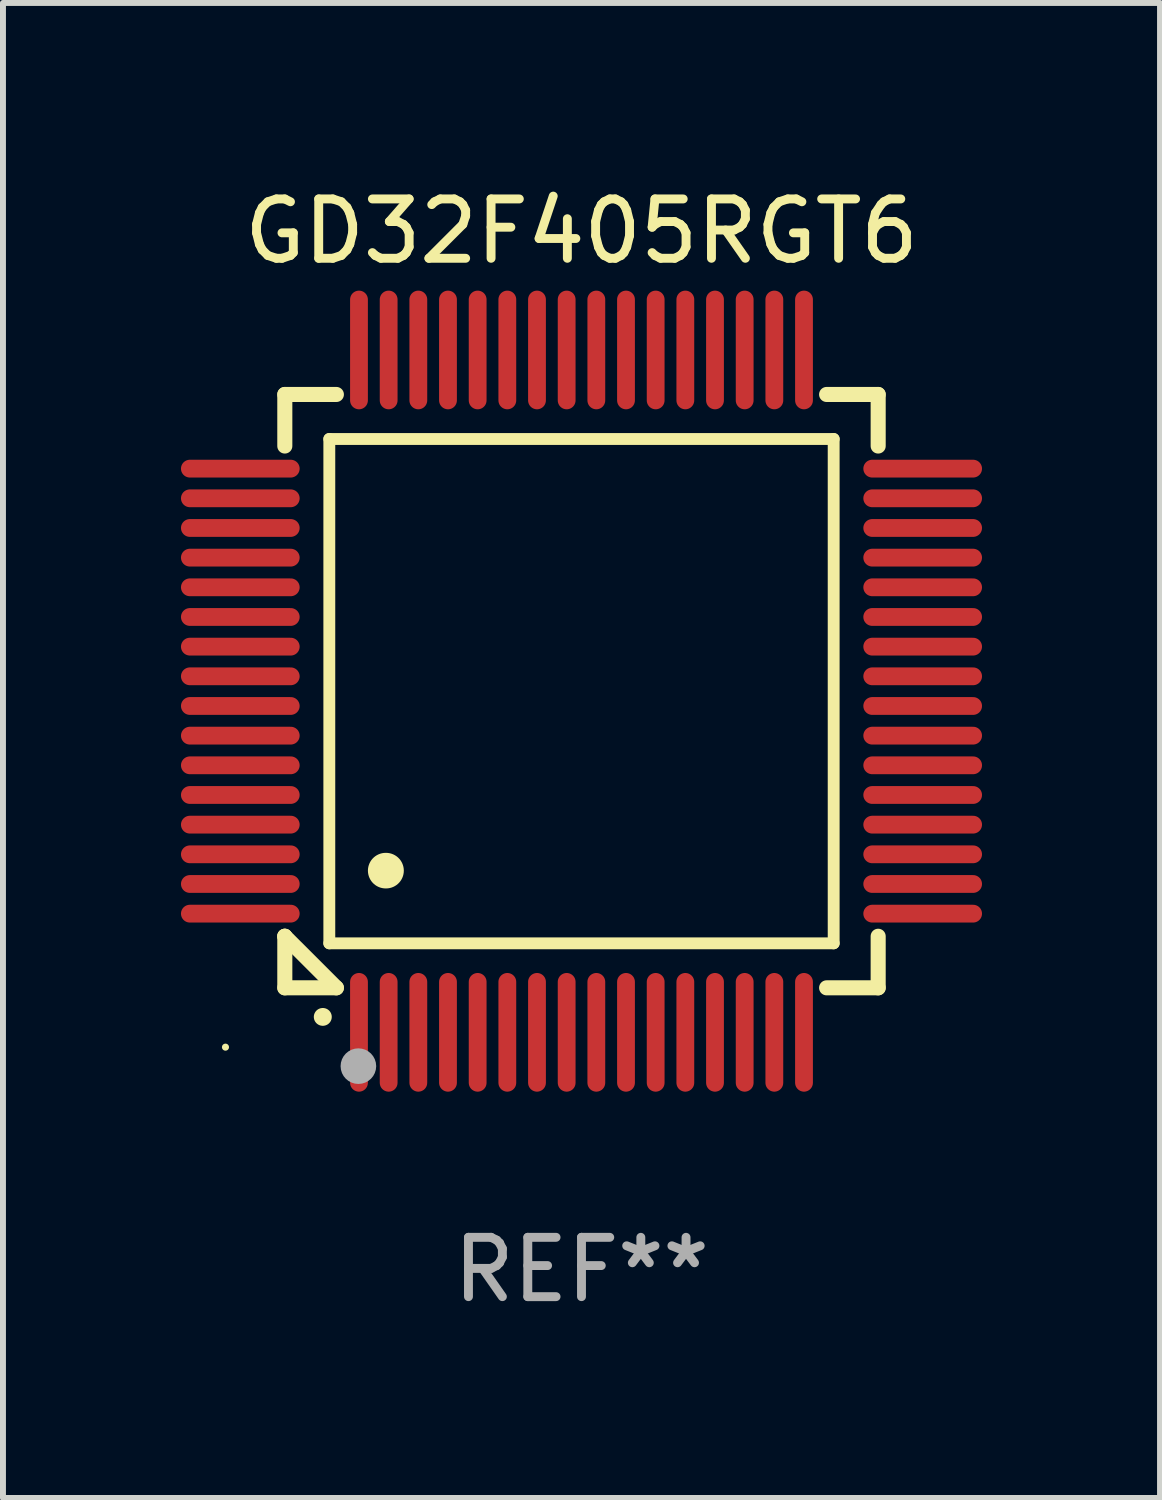
<source format=kicad_pcb>
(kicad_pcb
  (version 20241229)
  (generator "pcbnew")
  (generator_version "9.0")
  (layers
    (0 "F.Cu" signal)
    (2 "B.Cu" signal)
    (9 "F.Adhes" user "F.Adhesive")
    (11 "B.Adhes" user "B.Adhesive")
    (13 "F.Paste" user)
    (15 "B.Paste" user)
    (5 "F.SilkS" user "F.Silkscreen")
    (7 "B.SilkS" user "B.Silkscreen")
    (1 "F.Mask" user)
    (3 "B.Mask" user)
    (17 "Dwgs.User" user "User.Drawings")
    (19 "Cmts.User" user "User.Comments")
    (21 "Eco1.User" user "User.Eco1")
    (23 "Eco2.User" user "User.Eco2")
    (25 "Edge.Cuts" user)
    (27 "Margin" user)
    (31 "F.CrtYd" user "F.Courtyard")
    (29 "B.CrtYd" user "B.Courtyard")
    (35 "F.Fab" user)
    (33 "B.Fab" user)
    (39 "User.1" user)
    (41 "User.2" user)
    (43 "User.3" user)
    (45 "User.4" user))
  (footprint "GD32F405RGT6"
    (layer "F.Cu")
    (at 6.75 8.598)
    (property "Reference" "GD32F405RGT6" (at 0 -7.75 0) (layer "F.SilkS") (effects (font (size 1 1) (thickness 0.15))))
    (attr through_hole)
    (fp_line (start -5 -5) (end -4.131 -5) (stroke (width 0.254) (type solid)) (layer "F.SilkS"))
    (fp_line (start -5 -4.131) (end -5 -5) (stroke (width 0.254) (type solid)) (layer "F.SilkS"))
    (fp_line (start -5 4.131) (end -5 4.131) (stroke (width 0.254) (type solid)) (layer "F.SilkS"))
    (fp_line (start -5 5) (end -5 4.131) (stroke (width 0.254) (type solid)) (layer "F.SilkS"))
    (fp_line (start -5 4.131) (end -4.131 5) (stroke (width 0.254) (type solid)) (layer "F.SilkS"))
    (fp_line (start -4.25 -4.25) (end -4.25 4.25) (stroke (width 0.2) (type solid)) (layer "F.SilkS"))
    (fp_line (start -4.25 4.25) (end 4.25 4.25) (stroke (width 0.2) (type solid)) (layer "F.SilkS"))
    (fp_line (start -4.131 5) (end -5 5) (stroke (width 0.254) (type solid)) (layer "F.SilkS"))
    (fp_line (start 4.25 -4.25) (end -4.25 -4.25) (stroke (width 0.2) (type solid)) (layer "F.SilkS"))
    (fp_line (start 4.25 4.25) (end 4.25 -4.25) (stroke (width 0.2) (type solid)) (layer "F.SilkS"))
    (fp_line (start 5 -5) (end 4.131 -5) (stroke (width 0.254) (type solid)) (layer "F.SilkS"))
    (fp_line (start 5 -5) (end 5 -4.131) (stroke (width 0.254) (type solid)) (layer "F.SilkS"))
    (fp_line (start 5 4.131) (end 5 5) (stroke (width 0.254) (type solid)) (layer "F.SilkS"))
    (fp_line (start 5 5) (end 4.131 5) (stroke (width 0.254) (type solid)) (layer "F.SilkS"))
    (fp_arc (start -4.361265 5.489992) (mid -4.359995 5.489987) (end -4.358725 5.489992) (stroke (width 0.3) (type solid)) (layer "F.SilkS"))
    (fp_arc (start -3.299467 3.025146) (mid -3.296927 3.025135) (end -3.294387 3.025146) (stroke (width 0.6) (type solid)) (layer "F.SilkS"))
    (fp_circle (center -6 6) (end -5.97 6) (stroke (width 0.06) (type solid)) (fill no) (layer "F.SilkS"))
    (fp_circle (center -3.76 6.32) (end -3.61 6.32) (stroke (width 0.3) (type solid)) (fill no) (layer "F.Fab"))
    (fp_text user "REF**" (at 0 9.75 0) (layer "F.Fab") (effects (font (size 1 1) (thickness 0.15))))
    (pad "1" smd oval (at -3.75 5.75) (size 0.3 2) (layers "F.Cu" "F.Mask" "F.Paste"))
    (pad "2" smd oval (at -3.25 5.75) (size 0.3 2) (layers "F.Cu" "F.Mask" "F.Paste"))
    (pad "3" smd oval (at -2.75 5.75) (size 0.3 2) (layers "F.Cu" "F.Mask" "F.Paste"))
    (pad "4" smd oval (at -2.25 5.75) (size 0.3 2) (layers "F.Cu" "F.Mask" "F.Paste"))
    (pad "5" smd oval (at -1.75 5.75) (size 0.3 2) (layers "F.Cu" "F.Mask" "F.Paste"))
    (pad "6" smd oval (at -1.25 5.75) (size 0.3 2) (layers "F.Cu" "F.Mask" "F.Paste"))
    (pad "7" smd oval (at -0.75 5.75) (size 0.3 2) (layers "F.Cu" "F.Mask" "F.Paste"))
    (pad "8" smd oval (at -0.25 5.75) (size 0.3 2) (layers "F.Cu" "F.Mask" "F.Paste"))
    (pad "9" smd oval (at 0.25 5.75) (size 0.3 2) (layers "F.Cu" "F.Mask" "F.Paste"))
    (pad "10" smd oval (at 0.75 5.75) (size 0.3 2) (layers "F.Cu" "F.Mask" "F.Paste"))
    (pad "11" smd oval (at 1.25 5.75) (size 0.3 2) (layers "F.Cu" "F.Mask" "F.Paste"))
    (pad "12" smd oval (at 1.75 5.75) (size 0.3 2) (layers "F.Cu" "F.Mask" "F.Paste"))
    (pad "13" smd oval (at 2.25 5.75) (size 0.3 2) (layers "F.Cu" "F.Mask" "F.Paste"))
    (pad "14" smd oval (at 2.75 5.75) (size 0.3 2) (layers "F.Cu" "F.Mask" "F.Paste"))
    (pad "15" smd oval (at 3.25 5.75) (size 0.3 2) (layers "F.Cu" "F.Mask" "F.Paste"))
    (pad "16" smd oval (at 3.75 5.75) (size 0.3 2) (layers "F.Cu" "F.Mask" "F.Paste"))
    (pad "17" smd oval (at 5.75 3.75) (size 2 0.3) (layers "F.Cu" "F.Mask" "F.Paste"))
    (pad "18" smd oval (at 5.75 3.25) (size 2 0.3) (layers "F.Cu" "F.Mask" "F.Paste"))
    (pad "19" smd oval (at 5.75 2.75) (size 2 0.3) (layers "F.Cu" "F.Mask" "F.Paste"))
    (pad "20" smd oval (at 5.75 2.25) (size 2 0.3) (layers "F.Cu" "F.Mask" "F.Paste"))
    (pad "21" smd oval (at 5.75 1.75) (size 2 0.3) (layers "F.Cu" "F.Mask" "F.Paste"))
    (pad "22" smd oval (at 5.75 1.25) (size 2 0.3) (layers "F.Cu" "F.Mask" "F.Paste"))
    (pad "23" smd oval (at 5.75 0.75) (size 2 0.3) (layers "F.Cu" "F.Mask" "F.Paste"))
    (pad "24" smd oval (at 5.75 0.25) (size 2 0.3) (layers "F.Cu" "F.Mask" "F.Paste"))
    (pad "25" smd oval (at 5.75 -0.25) (size 2 0.3) (layers "F.Cu" "F.Mask" "F.Paste"))
    (pad "26" smd oval (at 5.75 -0.75) (size 2 0.3) (layers "F.Cu" "F.Mask" "F.Paste"))
    (pad "27" smd oval (at 5.75 -1.25) (size 2 0.3) (layers "F.Cu" "F.Mask" "F.Paste"))
    (pad "28" smd oval (at 5.75 -1.75) (size 2 0.3) (layers "F.Cu" "F.Mask" "F.Paste"))
    (pad "29" smd oval (at 5.75 -2.25) (size 2 0.3) (layers "F.Cu" "F.Mask" "F.Paste"))
    (pad "30" smd oval (at 5.75 -2.75) (size 2 0.3) (layers "F.Cu" "F.Mask" "F.Paste"))
    (pad "31" smd oval (at 5.75 -3.25) (size 2 0.3) (layers "F.Cu" "F.Mask" "F.Paste"))
    (pad "32" smd oval (at 5.75 -3.75) (size 2 0.3) (layers "F.Cu" "F.Mask" "F.Paste"))
    (pad "33" smd oval (at 3.75 -5.75) (size 0.3 2) (layers "F.Cu" "F.Mask" "F.Paste"))
    (pad "34" smd oval (at 3.25 -5.75) (size 0.3 2) (layers "F.Cu" "F.Mask" "F.Paste"))
    (pad "35" smd oval (at 2.75 -5.75) (size 0.3 2) (layers "F.Cu" "F.Mask" "F.Paste"))
    (pad "36" smd oval (at 2.25 -5.75) (size 0.3 2) (layers "F.Cu" "F.Mask" "F.Paste"))
    (pad "37" smd oval (at 1.75 -5.75) (size 0.3 2) (layers "F.Cu" "F.Mask" "F.Paste"))
    (pad "38" smd oval (at 1.25 -5.75) (size 0.3 2) (layers "F.Cu" "F.Mask" "F.Paste"))
    (pad "39" smd oval (at 0.75 -5.75) (size 0.3 2) (layers "F.Cu" "F.Mask" "F.Paste"))
    (pad "40" smd oval (at 0.25 -5.75) (size 0.3 2) (layers "F.Cu" "F.Mask" "F.Paste"))
    (pad "41" smd oval (at -0.25 -5.75) (size 0.3 2) (layers "F.Cu" "F.Mask" "F.Paste"))
    (pad "42" smd oval (at -0.75 -5.75) (size 0.3 2) (layers "F.Cu" "F.Mask" "F.Paste"))
    (pad "43" smd oval (at -1.25 -5.75) (size 0.3 2) (layers "F.Cu" "F.Mask" "F.Paste"))
    (pad "44" smd oval (at -1.75 -5.75) (size 0.3 2) (layers "F.Cu" "F.Mask" "F.Paste"))
    (pad "45" smd oval (at -2.25 -5.75) (size 0.3 2) (layers "F.Cu" "F.Mask" "F.Paste"))
    (pad "46" smd oval (at -2.75 -5.75) (size 0.3 2) (layers "F.Cu" "F.Mask" "F.Paste"))
    (pad "47" smd oval (at -3.25 -5.75) (size 0.3 2) (layers "F.Cu" "F.Mask" "F.Paste"))
    (pad "48" smd oval (at -3.75 -5.75) (size 0.3 2) (layers "F.Cu" "F.Mask" "F.Paste"))
    (pad "49" smd oval (at -5.75 -3.75) (size 2 0.3) (layers "F.Cu" "F.Mask" "F.Paste"))
    (pad "50" smd oval (at -5.75 -3.25) (size 2 0.3) (layers "F.Cu" "F.Mask" "F.Paste"))
    (pad "51" smd oval (at -5.75 -2.75) (size 2 0.3) (layers "F.Cu" "F.Mask" "F.Paste"))
    (pad "52" smd oval (at -5.75 -2.25) (size 2 0.3) (layers "F.Cu" "F.Mask" "F.Paste"))
    (pad "53" smd oval (at -5.75 -1.75) (size 2 0.3) (layers "F.Cu" "F.Mask" "F.Paste"))
    (pad "54" smd oval (at -5.75 -1.25) (size 2 0.3) (layers "F.Cu" "F.Mask" "F.Paste"))
    (pad "55" smd oval (at -5.75 -0.75) (size 2 0.3) (layers "F.Cu" "F.Mask" "F.Paste"))
    (pad "56" smd oval (at -5.75 -0.25) (size 2 0.3) (layers "F.Cu" "F.Mask" "F.Paste"))
    (pad "57" smd oval (at -5.75 0.25) (size 2 0.3) (layers "F.Cu" "F.Mask" "F.Paste"))
    (pad "58" smd oval (at -5.75 0.75) (size 2 0.3) (layers "F.Cu" "F.Mask" "F.Paste"))
    (pad "59" smd oval (at -5.75 1.25) (size 2 0.3) (layers "F.Cu" "F.Mask" "F.Paste"))
    (pad "60" smd oval (at -5.75 1.75) (size 2 0.3) (layers "F.Cu" "F.Mask" "F.Paste"))
    (pad "61" smd oval (at -5.75 2.25) (size 2 0.3) (layers "F.Cu" "F.Mask" "F.Paste"))
    (pad "62" smd oval (at -5.75 2.75) (size 2 0.3) (layers "F.Cu" "F.Mask" "F.Paste"))
    (pad "63" smd oval (at -5.75 3.25) (size 2 0.3) (layers "F.Cu" "F.Mask" "F.Paste"))
    (pad "64" smd oval (at -5.75 3.75) (size 2 0.3) (layers "F.Cu" "F.Mask" "F.Paste")))
  (gr_rect
    (start -3 -3)
    (end 16.5 22.196)
    (stroke (width 0.1) (type default))
    (fill no)
    (layer "Edge.Cuts")))
</source>
